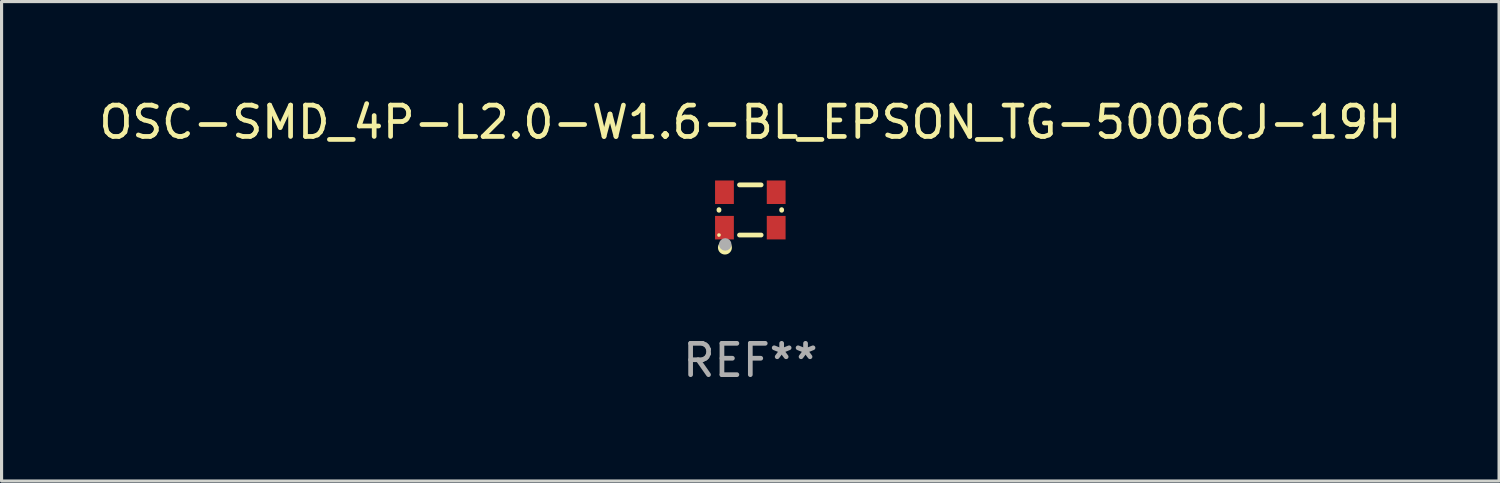
<source format=kicad_pcb>
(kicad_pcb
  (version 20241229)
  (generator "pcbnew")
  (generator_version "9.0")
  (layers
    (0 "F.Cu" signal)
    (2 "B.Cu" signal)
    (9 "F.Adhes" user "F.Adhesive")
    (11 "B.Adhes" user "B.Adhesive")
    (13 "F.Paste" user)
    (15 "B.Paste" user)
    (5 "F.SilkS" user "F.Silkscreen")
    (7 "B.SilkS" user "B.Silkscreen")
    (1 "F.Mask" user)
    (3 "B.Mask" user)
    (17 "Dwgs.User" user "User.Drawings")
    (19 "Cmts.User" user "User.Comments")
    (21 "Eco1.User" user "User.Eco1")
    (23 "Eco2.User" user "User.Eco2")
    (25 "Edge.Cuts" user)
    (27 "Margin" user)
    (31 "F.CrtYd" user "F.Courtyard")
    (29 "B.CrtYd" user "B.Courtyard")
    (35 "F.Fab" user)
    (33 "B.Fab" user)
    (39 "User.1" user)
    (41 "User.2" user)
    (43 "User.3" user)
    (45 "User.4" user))
  (footprint "OSC-SMD_4P-L2.0-W1.6-BL_EPSON_TG-5006CJ-19H"
    (layer "F.Cu")
    (at 20.887 3.648)
    (property "Reference" "OSC-SMD_4P-L2.0-W1.6-BL_EPSON_TG-5006CJ-19H" (at 0 -2.8 0) (layer "F.SilkS") (effects (font (size 1 1) (thickness 0.15))))
    (attr smd)
    (fp_line (start -1 0.01) (end -1 -0.01) (stroke (width 0.152) (type solid)) (layer "F.SilkS"))
    (fp_line (start -0.345 -0.8) (end 0.345 -0.8) (stroke (width 0.152) (type solid)) (layer "F.SilkS"))
    (fp_line (start 0.345 0.8) (end -0.345 0.8) (stroke (width 0.152) (type solid)) (layer "F.SilkS"))
    (fp_line (start 1 -0.01) (end 1 0.01) (stroke (width 0.152) (type solid)) (layer "F.SilkS"))
    (fp_circle (center -1 0.8) (end -0.97 0.8) (stroke (width 0.06) (type solid)) (fill no) (layer "F.SilkS"))
    (fp_circle (center -0.81 1.2) (end -0.74 1.2) (stroke (width 0.152) (type solid)) (fill no) (layer "F.SilkS"))
    (fp_circle (center -0.8 1.1) (end -0.7 1.1) (stroke (width 0.2) (type solid)) (fill no) (layer "F.Fab"))
    (fp_text user "REF**" (at 0 4.8 0) (layer "F.Fab") (effects (font (size 1 1) (thickness 0.15))))
    (pad "1" smd rect (at -0.825 0.565 90) (size 0.75 0.6) (layers "F.Cu" "F.Mask" "F.Paste"))
    (pad "2" smd rect (at 0.825 0.565 90) (size 0.75 0.6) (layers "F.Cu" "F.Mask" "F.Paste"))
    (pad "3" smd rect (at 0.825 -0.565 90) (size 0.75 0.6) (layers "F.Cu" "F.Mask" "F.Paste"))
    (pad "4" smd rect (at -0.825 -0.565 90) (size 0.75 0.6) (layers "F.Cu" "F.Mask" "F.Paste")))
  (gr_rect
    (start -3 -3)
    (end 44.774 12.296)
    (stroke (width 0.1) (type default))
    (fill no)
    (layer "Edge.Cuts")))
</source>
